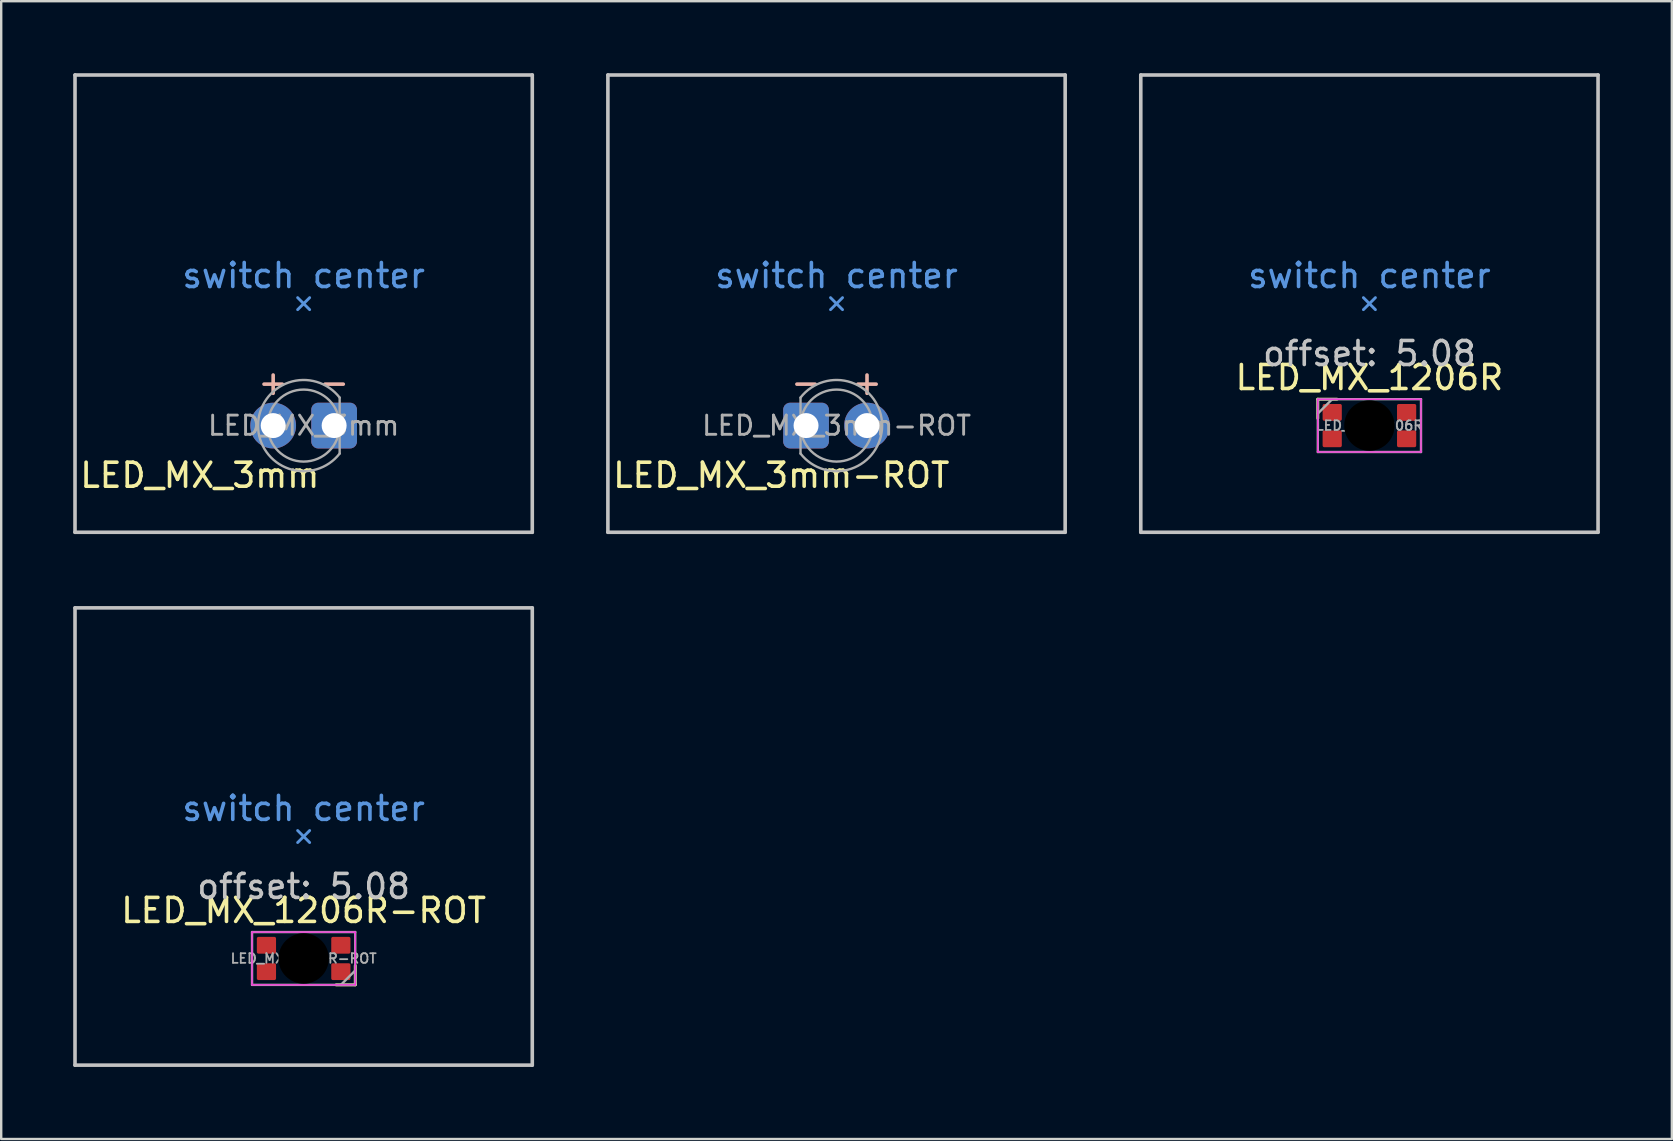
<source format=kicad_pcb>
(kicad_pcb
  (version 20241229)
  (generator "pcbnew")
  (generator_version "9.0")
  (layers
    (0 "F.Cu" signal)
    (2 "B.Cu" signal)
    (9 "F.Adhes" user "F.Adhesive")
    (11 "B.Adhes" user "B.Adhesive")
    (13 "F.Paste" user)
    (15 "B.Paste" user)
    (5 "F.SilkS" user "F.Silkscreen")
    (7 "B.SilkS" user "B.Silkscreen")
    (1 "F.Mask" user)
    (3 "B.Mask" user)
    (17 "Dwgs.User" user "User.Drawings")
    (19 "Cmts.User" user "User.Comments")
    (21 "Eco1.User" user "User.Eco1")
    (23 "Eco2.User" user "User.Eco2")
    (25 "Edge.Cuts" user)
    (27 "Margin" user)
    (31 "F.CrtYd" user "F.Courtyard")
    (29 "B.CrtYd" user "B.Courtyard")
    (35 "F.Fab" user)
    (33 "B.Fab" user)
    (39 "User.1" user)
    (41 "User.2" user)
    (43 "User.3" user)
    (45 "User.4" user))
  (footprint "LED_MX_1206R-ROT"
    (layer "F.Cu")
    (at 9.6 36.88)
    (property "Reference" "LED_MX_1206R-ROT" (at 0 -2 0) (layer "F.SilkS") (effects (font (size 1 1) (thickness 0.15))))
    (attr smd)
    (fp_line (start 1.35 1.1) (end 2.15 1.1) (stroke (width 0.12) (type solid)) (layer "F.SilkS"))
    (fp_line (start 2.15 1.1) (end 2.15 0.3) (stroke (width 0.12) (type solid)) (layer "F.SilkS"))
    (fp_line (start -9.525 -14.605) (end -9.525 4.445) (stroke (width 0.15) (type solid)) (layer "Dwgs.User"))
    (fp_line (start -9.525 4.445) (end 9.525 4.445) (stroke (width 0.15) (type solid)) (layer "Dwgs.User"))
    (fp_line (start 9.525 -14.605) (end -9.525 -14.605) (stroke (width 0.15) (type solid)) (layer "Dwgs.User"))
    (fp_line (start 9.525 4.445) (end 9.525 -14.605) (stroke (width 0.15) (type solid)) (layer "Dwgs.User"))
    (fp_line (start -0.25 -4.83) (end 0 -5.08) (stroke (width 0.12) (type solid)) (layer "Cmts.User"))
    (fp_line (start 0 -5.08) (end -0.25 -5.33) (stroke (width 0.12) (type solid)) (layer "Cmts.User"))
    (fp_line (start 0 -5.08) (end 0.25 -5.33) (stroke (width 0.12) (type solid)) (layer "Cmts.User"))
    (fp_line (start 0.25 -4.83) (end 0 -5.08) (stroke (width 0.12) (type solid)) (layer "Cmts.User"))
    (fp_line (start -2.15 -1.1) (end 2.15 -1.1) (stroke (width 0.05) (type solid)) (layer "F.CrtYd"))
    (fp_line (start -2.15 1.1) (end -2.15 -1.1) (stroke (width 0.05) (type solid)) (layer "F.CrtYd"))
    (fp_line (start 2.15 -1.1) (end 2.15 1.1) (stroke (width 0.05) (type solid)) (layer "F.CrtYd"))
    (fp_line (start 2.15 1.1) (end -2.15 1.1) (stroke (width 0.05) (type solid)) (layer "F.CrtYd"))
    (fp_line (start -2.15 -1.1) (end 2.15 -1.1) (stroke (width 0.1) (type default)) (layer "F.Fab"))
    (fp_line (start -2.15 1.1) (end -2.15 -1.1) (stroke (width 0.1) (type default)) (layer "F.Fab"))
    (fp_line (start 2.15 -1.1) (end 2.15 1.1) (stroke (width 0.1) (type default)) (layer "F.Fab"))
    (fp_line (start 2.15 0.5) (end 1.55 1.1) (stroke (width 0.1) (type default)) (layer "F.Fab"))
    (fp_line (start 2.15 1.1) (end -2.15 1.1) (stroke (width 0.1) (type default)) (layer "F.Fab"))
    (fp_text user "offset: 5.08" (at 0 -3 0) (layer "Dwgs.User") (effects (font (size 1 1) (thickness 0.15))))
    (fp_text user "switch center" (at 0 -6.25 0) (layer "Cmts.User") (effects (font (size 1 1) (thickness 0.15))))
    (fp_text user "${REFERENCE}" (at 0 0 180) (layer "F.Fab") (effects (font (size 0.4 0.4) (thickness 0.075) (bold yes))))
    (pad "" np_thru_hole circle (at 0 0 90) (size 2.1 2.1) (drill 2.1) (layers "*.Mask"))
    (pad "1" smd roundrect (at 1.55 0.55 90) (size 0.7 0.8) (layers "F.Cu" "F.Mask" "F.Paste") (roundrect_rratio 0.1))
    (pad "2" smd roundrect (at 1.55 -0.55 90) (size 0.7 0.8) (layers "F.Cu" "F.Mask" "F.Paste") (roundrect_rratio 0.1))
    (pad "3" smd roundrect (at -1.55 -0.55 90) (size 0.7 0.8) (layers "F.Cu" "F.Mask" "F.Paste") (roundrect_rratio 0.1))
    (pad "4" smd roundrect (at -1.55 0.55 90) (size 0.7 0.8) (layers "F.Cu" "F.Mask" "F.Paste") (roundrect_rratio 0.1)))
  (footprint "LED_MX_3mm-ROT"
    (layer "F.Cu")
    (at 31.8 14.68)
    (property "Reference" "LED_MX_3mm-ROT" (at -9.4 2.07 0) (layer "F.SilkS") (effects (font (size 1 1) (thickness 0.15)) (justify left)))
    (attr through_hole exclude_from_pos_files exclude_from_bom)
    (fp_line (start -9.525 -14.605) (end 9.525 -14.605) (stroke (width 0.15) (type solid)) (layer "Dwgs.User"))
    (fp_line (start -9.525 4.445) (end -9.525 -14.605) (stroke (width 0.15) (type solid)) (layer "Dwgs.User"))
    (fp_line (start 9.525 -14.605) (end 9.525 4.445) (stroke (width 0.15) (type solid)) (layer "Dwgs.User"))
    (fp_line (start 9.525 4.445) (end -9.525 4.445) (stroke (width 0.15) (type solid)) (layer "Dwgs.User"))
    (fp_line (start -0.25 -4.83) (end 0 -5.08) (stroke (width 0.12) (type solid)) (layer "Cmts.User"))
    (fp_line (start 0 -5.08) (end -0.25 -5.33) (stroke (width 0.12) (type solid)) (layer "Cmts.User"))
    (fp_line (start 0 -5.08) (end 0.25 -5.33) (stroke (width 0.12) (type solid)) (layer "Cmts.User"))
    (fp_line (start 0.25 -4.83) (end 0 -5.08) (stroke (width 0.12) (type solid)) (layer "Cmts.User"))
    (fp_line (start -1.5 -1.166) (end -1.5 1.166) (stroke (width 0.1) (type solid)) (layer "F.Fab"))
    (fp_arc (start -1.5 -1.16619) (mid 1.9 0.000452) (end -1.500555 1.165476) (stroke (width 0.1) (type solid)) (layer "F.Fab"))
    (fp_circle (center 0 0) (end 1.5 0) (stroke (width 0.1) (type solid)) (fill no) (layer "F.Fab"))
    (fp_text user "-" (at -1.27 -1.8 0) (layer "B.SilkS") (effects (font (size 1 1) (thickness 0.15))))
    (fp_text user "+" (at 1.27 -1.8 0) (layer "B.SilkS") (effects (font (size 1 1) (thickness 0.15))))
    (fp_text user "switch center" (at 0 -6.25 0) (layer "Cmts.User") (effects (font (size 1 1) (thickness 0.15))))
    (fp_text user "${REFERENCE}" (at 0 0 0) (layer "F.Fab") (effects (font (size 0.8 0.8) (thickness 0.12))))
    (pad "1" thru_hole roundrect (at -1.27 0) (size 1.905 1.905) (drill 1.04) (layers "*.Cu" "B.Mask") (roundrect_rratio 0.15))
    (pad "2" thru_hole circle (at 1.27 0) (size 1.905 1.905) (drill 1.04) (layers "*.Cu" "B.Mask")))
  (footprint "LED_MX_3mm"
    (layer "F.Cu")
    (at 9.6 14.68)
    (property "Reference" "LED_MX_3mm" (at -9.4 2.07 0) (layer "F.SilkS") (effects (font (size 1 1) (thickness 0.15)) (justify left)))
    (attr through_hole exclude_from_pos_files exclude_from_bom)
    (fp_line (start -9.525 -14.605) (end 9.525 -14.605) (stroke (width 0.15) (type solid)) (layer "Dwgs.User"))
    (fp_line (start -9.525 4.445) (end -9.525 -14.605) (stroke (width 0.15) (type solid)) (layer "Dwgs.User"))
    (fp_line (start 9.525 -14.605) (end 9.525 4.445) (stroke (width 0.15) (type solid)) (layer "Dwgs.User"))
    (fp_line (start 9.525 4.445) (end -9.525 4.445) (stroke (width 0.15) (type solid)) (layer "Dwgs.User"))
    (fp_line (start -0.25 -4.83) (end 0 -5.08) (stroke (width 0.12) (type solid)) (layer "Cmts.User"))
    (fp_line (start 0 -5.08) (end -0.25 -5.33) (stroke (width 0.12) (type solid)) (layer "Cmts.User"))
    (fp_line (start 0 -5.08) (end 0.25 -5.33) (stroke (width 0.12) (type solid)) (layer "Cmts.User"))
    (fp_line (start 0.25 -4.83) (end 0 -5.08) (stroke (width 0.12) (type solid)) (layer "Cmts.User"))
    (fp_line (start 1.5 1.166) (end 1.5 -1.166) (stroke (width 0.1) (type solid)) (layer "F.Fab"))
    (fp_arc (start 1.5 1.166189) (mid -1.900001 -0.000452) (end 1.500555 -1.165476) (stroke (width 0.1) (type solid)) (layer "F.Fab"))
    (fp_circle (center -0.000001 0) (end -1.5 0) (stroke (width 0.1) (type solid)) (fill no) (layer "F.Fab"))
    (fp_text user "+" (at -1.27 -1.8 0) (layer "B.SilkS") (effects (font (size 1 1) (thickness 0.15))))
    (fp_text user "-" (at 1.27 -1.8 0) (layer "B.SilkS") (effects (font (size 1 1) (thickness 0.15))))
    (fp_text user "switch center" (at 0 -6.25 0) (layer "Cmts.User") (effects (font (size 1 1) (thickness 0.15))))
    (fp_text user "${REFERENCE}" (at 0 0 0) (layer "F.Fab") (effects (font (size 0.8 0.8) (thickness 0.12))))
    (pad "1" thru_hole roundrect (at 1.27 0) (size 1.905 1.905) (drill 1.04) (layers "*.Cu" "B.Mask") (roundrect_rratio 0.15))
    (pad "2" thru_hole circle (at -1.27 0) (size 1.905 1.905) (drill 1.04) (layers "*.Cu" "B.Mask")))
  (footprint "LED_MX_1206R"
    (layer "F.Cu")
    (at 54 14.68)
    (property "Reference" "LED_MX_1206R" (at 0 -2 0) (layer "F.SilkS") (effects (font (size 1 1) (thickness 0.15))))
    (attr smd)
    (fp_line (start -2.15 -1.1) (end -2.15 -0.3) (stroke (width 0.12) (type solid)) (layer "F.SilkS"))
    (fp_line (start -1.35 -1.1) (end -2.15 -1.1) (stroke (width 0.12) (type solid)) (layer "F.SilkS"))
    (fp_line (start -9.525 -14.605) (end -9.525 4.445) (stroke (width 0.15) (type solid)) (layer "Dwgs.User"))
    (fp_line (start -9.525 4.445) (end 9.525 4.445) (stroke (width 0.15) (type solid)) (layer "Dwgs.User"))
    (fp_line (start 9.525 -14.605) (end -9.525 -14.605) (stroke (width 0.15) (type solid)) (layer "Dwgs.User"))
    (fp_line (start 9.525 4.445) (end 9.525 -14.605) (stroke (width 0.15) (type solid)) (layer "Dwgs.User"))
    (fp_line (start -0.25 -4.83) (end 0 -5.08) (stroke (width 0.12) (type solid)) (layer "Cmts.User"))
    (fp_line (start 0 -5.08) (end -0.25 -5.33) (stroke (width 0.12) (type solid)) (layer "Cmts.User"))
    (fp_line (start 0 -5.08) (end 0.25 -5.33) (stroke (width 0.12) (type solid)) (layer "Cmts.User"))
    (fp_line (start 0.25 -4.83) (end 0 -5.08) (stroke (width 0.12) (type solid)) (layer "Cmts.User"))
    (fp_line (start -2.15 -1.1) (end 2.15 -1.1) (stroke (width 0.05) (type solid)) (layer "F.CrtYd"))
    (fp_line (start -2.15 1.1) (end -2.15 -1.1) (stroke (width 0.05) (type solid)) (layer "F.CrtYd"))
    (fp_line (start 2.15 -1.1) (end 2.15 1.1) (stroke (width 0.05) (type solid)) (layer "F.CrtYd"))
    (fp_line (start 2.15 1.1) (end -2.15 1.1) (stroke (width 0.05) (type solid)) (layer "F.CrtYd"))
    (fp_line (start -2.15 -1.1) (end 2.15 -1.1) (stroke (width 0.1) (type default)) (layer "F.Fab"))
    (fp_line (start -2.15 -0.5) (end -1.55 -1.1) (stroke (width 0.1) (type default)) (layer "F.Fab"))
    (fp_line (start -2.15 1.1) (end -2.15 -1.1) (stroke (width 0.1) (type default)) (layer "F.Fab"))
    (fp_line (start 2.15 -1.1) (end 2.15 1.1) (stroke (width 0.1) (type default)) (layer "F.Fab"))
    (fp_line (start 2.15 1.1) (end -2.15 1.1) (stroke (width 0.1) (type default)) (layer "F.Fab"))
    (fp_text user "offset: 5.08" (at 0 -3 0) (layer "Dwgs.User") (effects (font (size 1 1) (thickness 0.15))))
    (fp_text user "switch center" (at 0 -6.25 0) (layer "Cmts.User") (effects (font (size 1 1) (thickness 0.15))))
    (fp_text user "${REFERENCE}" (at 0 0 0) (layer "F.Fab") (effects (font (size 0.4 0.4) (thickness 0.075) (bold yes))))
    (pad "" np_thru_hole circle (at 0 0 270) (size 2.1 2.1) (drill 2.1) (layers "*.Mask"))
    (pad "1" smd roundrect (at -1.55 -0.55 270) (size 0.7 0.8) (layers "F.Cu" "F.Mask" "F.Paste") (roundrect_rratio 0.1))
    (pad "2" smd roundrect (at -1.55 0.55 270) (size 0.7 0.8) (layers "F.Cu" "F.Mask" "F.Paste") (roundrect_rratio 0.1))
    (pad "3" smd roundrect (at 1.55 0.55 270) (size 0.7 0.8) (layers "F.Cu" "F.Mask" "F.Paste") (roundrect_rratio 0.1))
    (pad "4" smd roundrect (at 1.55 -0.55 270) (size 0.7 0.8) (layers "F.Cu" "F.Mask" "F.Paste") (roundrect_rratio 0.1)))
  (gr_rect
    (start -3 -3)
    (end 66.6 44.4)
    (stroke (width 0.1) (type default))
    (fill no)
    (layer "Edge.Cuts")))
</source>
